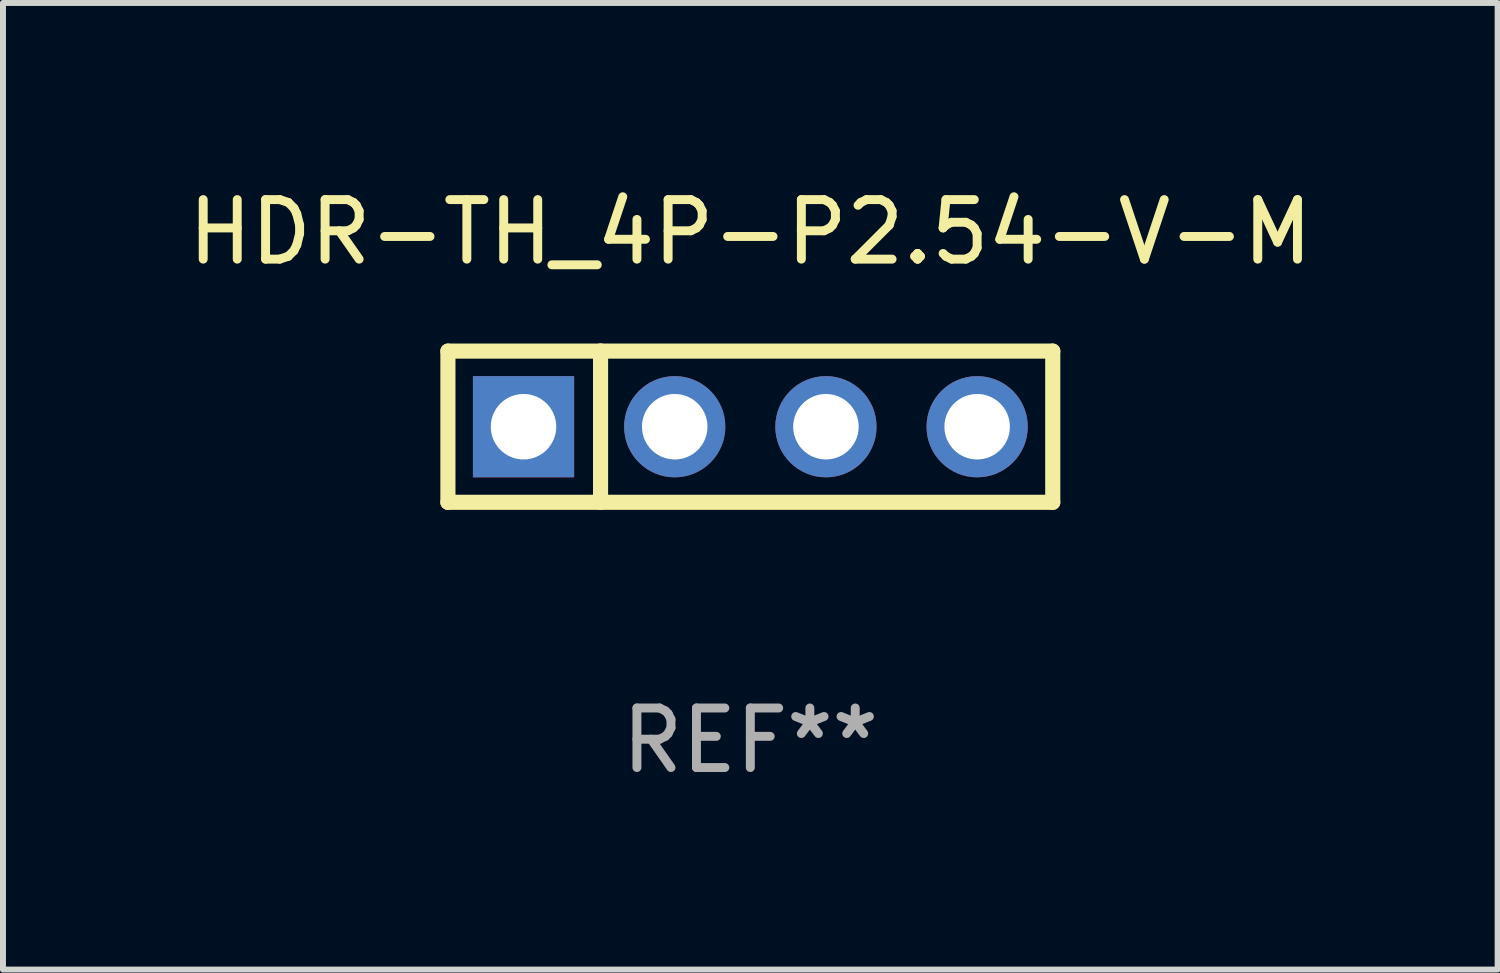
<source format=kicad_pcb>
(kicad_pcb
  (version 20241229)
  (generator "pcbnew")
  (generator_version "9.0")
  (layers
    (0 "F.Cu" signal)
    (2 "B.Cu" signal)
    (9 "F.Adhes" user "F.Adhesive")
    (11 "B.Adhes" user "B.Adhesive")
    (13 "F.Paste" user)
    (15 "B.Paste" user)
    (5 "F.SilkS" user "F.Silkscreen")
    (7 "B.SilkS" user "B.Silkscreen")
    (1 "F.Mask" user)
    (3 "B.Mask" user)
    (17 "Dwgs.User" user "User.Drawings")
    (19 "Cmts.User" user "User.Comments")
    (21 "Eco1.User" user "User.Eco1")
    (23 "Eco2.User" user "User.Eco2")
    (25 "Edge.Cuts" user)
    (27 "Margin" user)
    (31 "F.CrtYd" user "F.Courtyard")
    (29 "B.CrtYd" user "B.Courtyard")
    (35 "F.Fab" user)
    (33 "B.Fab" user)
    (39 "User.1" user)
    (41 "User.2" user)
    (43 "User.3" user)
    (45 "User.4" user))
  (footprint "HDR-TH_4P-P2.54-V-M"
    (layer "F.Cu")
    (at 9.554 4.118)
    (property "Reference" "HDR-TH_4P-P2.54-V-M" (at 0 -3.27 0) (layer "F.SilkS") (effects (font (size 1 1) (thickness 0.15))))
    (attr through_hole)
    (fp_line (start -5.08 -1.27) (end -2.516 -1.27) (stroke (width 0.254) (type solid)) (layer "F.SilkS"))
    (fp_line (start -5.08 1.27) (end -5.08 -1.27) (stroke (width 0.254) (type solid)) (layer "F.SilkS"))
    (fp_line (start -2.516 -1.27) (end -2.516 1.27) (stroke (width 0.254) (type solid)) (layer "F.SilkS"))
    (fp_line (start -2.516 -1.27) (end 5.08 -1.27) (stroke (width 0.254) (type solid)) (layer "F.SilkS"))
    (fp_line (start 5.08 -1.27) (end 5.08 1.27) (stroke (width 0.254) (type solid)) (layer "F.SilkS"))
    (fp_line (start 5.08 1.27) (end -5.08 1.27) (stroke (width 0.254) (type solid)) (layer "F.SilkS"))
    (fp_circle (center -5.08 1.25) (end -5.05 1.25) (stroke (width 0.06) (type solid)) (fill no) (layer "F.SilkS"))
    (fp_text user "REF**" (at 0 5.27 0) (layer "F.Fab") (effects (font (size 1 1) (thickness 0.15))))
    (pad "1" thru_hole rect (at -3.81 0) (size 1.7 1.7) (drill 1.1) (layers "*.Cu" "*.Mask"))
    (pad "2" thru_hole circle (at -1.27 0) (size 1.7 1.7) (drill 1.1) (layers "*.Cu" "*.Mask"))
    (pad "3" thru_hole circle (at 1.27 0) (size 1.7 1.7) (drill 1.1) (layers "*.Cu" "*.Mask"))
    (pad "4" thru_hole circle (at 3.81 0) (size 1.7 1.7) (drill 1.1) (layers "*.Cu" "*.Mask")))
  (gr_rect
    (start -3 -3)
    (end 22.107 13.237)
    (stroke (width 0.1) (type default))
    (fill no)
    (layer "Edge.Cuts")))
</source>
